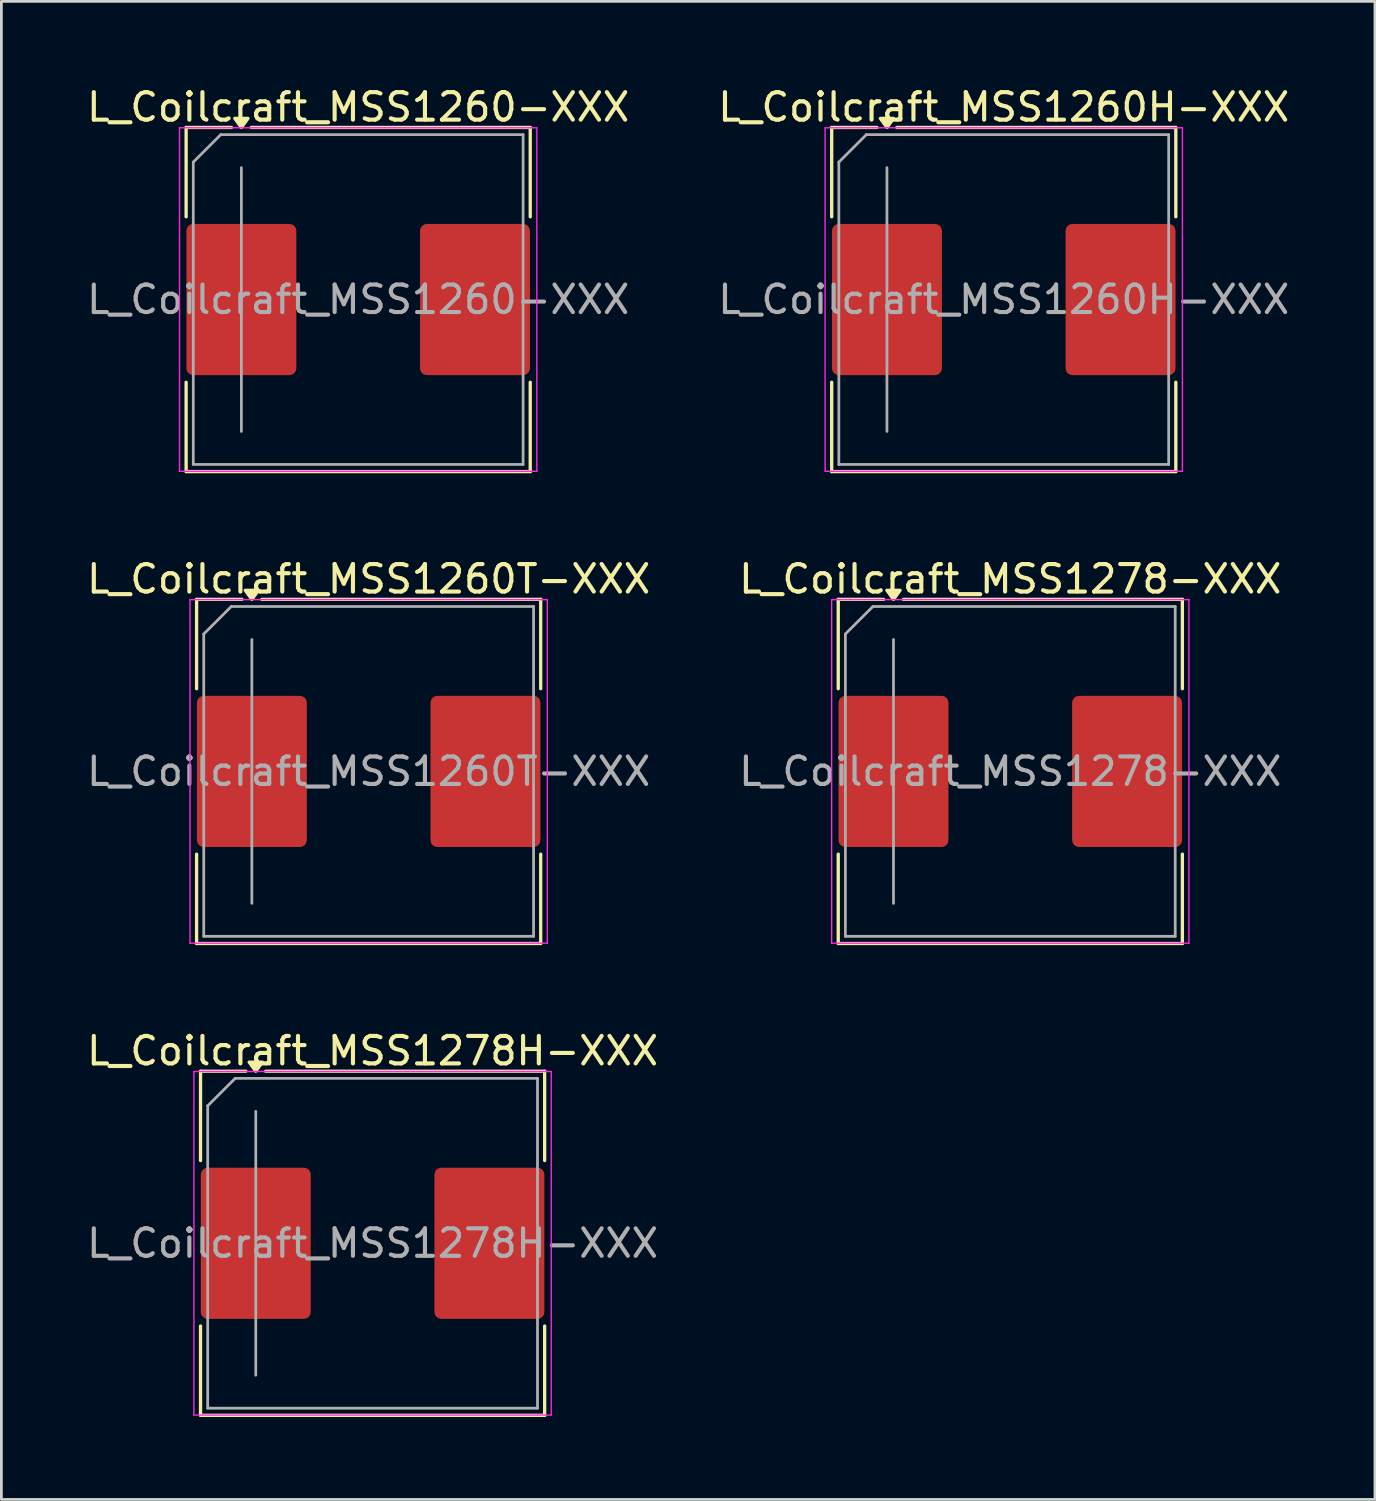
<source format=kicad_pcb>
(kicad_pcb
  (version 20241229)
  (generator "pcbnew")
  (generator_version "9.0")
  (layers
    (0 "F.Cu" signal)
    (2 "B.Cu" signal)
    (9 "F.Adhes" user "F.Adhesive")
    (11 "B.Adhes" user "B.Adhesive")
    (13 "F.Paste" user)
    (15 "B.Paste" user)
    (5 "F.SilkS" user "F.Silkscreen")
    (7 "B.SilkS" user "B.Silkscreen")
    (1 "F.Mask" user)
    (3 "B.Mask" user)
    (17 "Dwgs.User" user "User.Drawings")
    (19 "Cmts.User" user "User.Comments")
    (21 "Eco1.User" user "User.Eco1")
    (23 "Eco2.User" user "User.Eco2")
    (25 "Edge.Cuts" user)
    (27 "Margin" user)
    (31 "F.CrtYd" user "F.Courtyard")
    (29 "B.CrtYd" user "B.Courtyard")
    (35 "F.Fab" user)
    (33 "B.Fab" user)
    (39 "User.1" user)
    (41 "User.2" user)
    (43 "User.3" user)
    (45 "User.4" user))
  (footprint "L_Coilcraft_MSS1260H-XXX"
    (layer "F.Cu")
    (at 33.47 7.848)
    (property "Reference" "L_Coilcraft_MSS1260H-XXX" (at 0 -7 0) (layer "F.SilkS") (effects (font (size 1 1) (thickness 0.15))))
    (attr smd)
    (fp_line (start -6.26 -6.26) (end -6.26 -3.01) (stroke (width 0.12) (type solid)) (layer "F.SilkS"))
    (fp_line (start -6.26 -6.26) (end -4.61 -6.26) (stroke (width 0.12) (type solid)) (layer "F.SilkS"))
    (fp_line (start -6.26 6.26) (end -6.26 3.01) (stroke (width 0.12) (type solid)) (layer "F.SilkS"))
    (fp_line (start -6.26 6.26) (end 6.26 6.26) (stroke (width 0.12) (type solid)) (layer "F.SilkS"))
    (fp_line (start -3.89 -6.26) (end 6.26 -6.26) (stroke (width 0.12) (type solid)) (layer "F.SilkS"))
    (fp_line (start 6.26 -6.26) (end 6.26 -3.01) (stroke (width 0.12) (type solid)) (layer "F.SilkS"))
    (fp_line (start 6.26 6.26) (end 6.26 3.01) (stroke (width 0.12) (type solid)) (layer "F.SilkS"))
    (fp_poly (pts (xy -4.25 -6.26) (xy -4.49 -6.59) (xy -4.01 -6.59)) (stroke (width 0.12) (type solid)) (fill yes) (layer "F.SilkS"))
    (fp_line (start -6.5 -6.25) (end -6.5 6.25) (stroke (width 0.05) (type solid)) (layer "F.CrtYd"))
    (fp_line (start -6.5 6.25) (end 6.5 6.25) (stroke (width 0.05) (type solid)) (layer "F.CrtYd"))
    (fp_line (start 6.5 -6.25) (end -6.5 -6.25) (stroke (width 0.05) (type solid)) (layer "F.CrtYd"))
    (fp_line (start 6.5 6.25) (end 6.5 -6.25) (stroke (width 0.05) (type solid)) (layer "F.CrtYd"))
    (fp_line (start -6 -5) (end -5 -6) (stroke (width 0.1) (type solid)) (layer "F.Fab"))
    (fp_line (start -6 6) (end -6 -5) (stroke (width 0.1) (type solid)) (layer "F.Fab"))
    (fp_line (start -5 -6) (end 6 -6) (stroke (width 0.1) (type solid)) (layer "F.Fab"))
    (fp_line (start -4.25 4.8) (end -4.25 -4.8) (stroke (width 0.1) (type solid)) (layer "F.Fab"))
    (fp_line (start 6 -6) (end 6 6) (stroke (width 0.1) (type solid)) (layer "F.Fab"))
    (fp_line (start 6 6) (end -6 6) (stroke (width 0.1) (type solid)) (layer "F.Fab"))
    (fp_text user "${REFERENCE}" (at 0 0 0) (layer "F.Fab") (effects (font (size 1 1) (thickness 0.15))))
    (pad "1" smd roundrect (at -4.25 0) (size 4 5.5) (layers "F.Cu" "F.Mask" "F.Paste") (roundrect_rratio 0.062))
    (pad "2" smd roundrect (at 4.25 0) (size 4 5.5) (layers "F.Cu" "F.Mask" "F.Paste") (roundrect_rratio 0.062)))
  (footprint "L_Coilcraft_MSS1260-XXX"
    (layer "F.Cu")
    (at 9.982 7.848)
    (property "Reference" "L_Coilcraft_MSS1260-XXX" (at 0 -7 0) (layer "F.SilkS") (effects (font (size 1 1) (thickness 0.15))))
    (attr smd)
    (fp_line (start -6.26 -6.26) (end -6.26 -3.01) (stroke (width 0.12) (type solid)) (layer "F.SilkS"))
    (fp_line (start -6.26 -6.26) (end -4.61 -6.26) (stroke (width 0.12) (type solid)) (layer "F.SilkS"))
    (fp_line (start -6.26 6.26) (end -6.26 3.01) (stroke (width 0.12) (type solid)) (layer "F.SilkS"))
    (fp_line (start -6.26 6.26) (end 6.26 6.26) (stroke (width 0.12) (type solid)) (layer "F.SilkS"))
    (fp_line (start -3.89 -6.26) (end 6.26 -6.26) (stroke (width 0.12) (type solid)) (layer "F.SilkS"))
    (fp_line (start 6.26 -6.26) (end 6.26 -3.01) (stroke (width 0.12) (type solid)) (layer "F.SilkS"))
    (fp_line (start 6.26 6.26) (end 6.26 3.01) (stroke (width 0.12) (type solid)) (layer "F.SilkS"))
    (fp_poly (pts (xy -4.25 -6.26) (xy -4.49 -6.59) (xy -4.01 -6.59)) (stroke (width 0.12) (type solid)) (fill yes) (layer "F.SilkS"))
    (fp_line (start -6.5 -6.25) (end -6.5 6.25) (stroke (width 0.05) (type solid)) (layer "F.CrtYd"))
    (fp_line (start -6.5 6.25) (end 6.5 6.25) (stroke (width 0.05) (type solid)) (layer "F.CrtYd"))
    (fp_line (start 6.5 -6.25) (end -6.5 -6.25) (stroke (width 0.05) (type solid)) (layer "F.CrtYd"))
    (fp_line (start 6.5 6.25) (end 6.5 -6.25) (stroke (width 0.05) (type solid)) (layer "F.CrtYd"))
    (fp_line (start -6 -5) (end -5 -6) (stroke (width 0.1) (type solid)) (layer "F.Fab"))
    (fp_line (start -6 6) (end -6 -5) (stroke (width 0.1) (type solid)) (layer "F.Fab"))
    (fp_line (start -5 -6) (end 6 -6) (stroke (width 0.1) (type solid)) (layer "F.Fab"))
    (fp_line (start -4.25 4.8) (end -4.25 -4.8) (stroke (width 0.1) (type solid)) (layer "F.Fab"))
    (fp_line (start 6 -6) (end 6 6) (stroke (width 0.1) (type solid)) (layer "F.Fab"))
    (fp_line (start 6 6) (end -6 6) (stroke (width 0.1) (type solid)) (layer "F.Fab"))
    (fp_text user "${REFERENCE}" (at 0 0 0) (layer "F.Fab") (effects (font (size 1 1) (thickness 0.15))))
    (pad "1" smd roundrect (at -4.25 0) (size 4 5.5) (layers "F.Cu" "F.Mask" "F.Paste") (roundrect_rratio 0.062))
    (pad "2" smd roundrect (at 4.25 0) (size 4 5.5) (layers "F.Cu" "F.Mask" "F.Paste") (roundrect_rratio 0.062)))
  (footprint "L_Coilcraft_MSS1278H-XXX"
    (layer "F.Cu")
    (at 10.506 42.185)
    (property "Reference" "L_Coilcraft_MSS1278H-XXX" (at 0 -7 0) (layer "F.SilkS") (effects (font (size 1 1) (thickness 0.15))))
    (attr smd)
    (fp_line (start -6.26 -6.26) (end -6.26 -3.01) (stroke (width 0.12) (type solid)) (layer "F.SilkS"))
    (fp_line (start -6.26 -6.26) (end -4.61 -6.26) (stroke (width 0.12) (type solid)) (layer "F.SilkS"))
    (fp_line (start -6.26 6.26) (end -6.26 3.01) (stroke (width 0.12) (type solid)) (layer "F.SilkS"))
    (fp_line (start -6.26 6.26) (end 6.26 6.26) (stroke (width 0.12) (type solid)) (layer "F.SilkS"))
    (fp_line (start -3.89 -6.26) (end 6.26 -6.26) (stroke (width 0.12) (type solid)) (layer "F.SilkS"))
    (fp_line (start 6.26 -6.26) (end 6.26 -3.01) (stroke (width 0.12) (type solid)) (layer "F.SilkS"))
    (fp_line (start 6.26 6.26) (end 6.26 3.01) (stroke (width 0.12) (type solid)) (layer "F.SilkS"))
    (fp_poly (pts (xy -4.25 -6.26) (xy -4.49 -6.59) (xy -4.01 -6.59)) (stroke (width 0.12) (type solid)) (fill yes) (layer "F.SilkS"))
    (fp_line (start -6.5 -6.25) (end -6.5 6.25) (stroke (width 0.05) (type solid)) (layer "F.CrtYd"))
    (fp_line (start -6.5 6.25) (end 6.5 6.25) (stroke (width 0.05) (type solid)) (layer "F.CrtYd"))
    (fp_line (start 6.5 -6.25) (end -6.5 -6.25) (stroke (width 0.05) (type solid)) (layer "F.CrtYd"))
    (fp_line (start 6.5 6.25) (end 6.5 -6.25) (stroke (width 0.05) (type solid)) (layer "F.CrtYd"))
    (fp_line (start -6 -5) (end -5 -6) (stroke (width 0.1) (type solid)) (layer "F.Fab"))
    (fp_line (start -6 6) (end -6 -5) (stroke (width 0.1) (type solid)) (layer "F.Fab"))
    (fp_line (start -5 -6) (end 6 -6) (stroke (width 0.1) (type solid)) (layer "F.Fab"))
    (fp_line (start -4.25 4.8) (end -4.25 -4.8) (stroke (width 0.1) (type solid)) (layer "F.Fab"))
    (fp_line (start 6 -6) (end 6 6) (stroke (width 0.1) (type solid)) (layer "F.Fab"))
    (fp_line (start 6 6) (end -6 6) (stroke (width 0.1) (type solid)) (layer "F.Fab"))
    (fp_text user "${REFERENCE}" (at 0 0 0) (layer "F.Fab") (effects (font (size 1 1) (thickness 0.15))))
    (pad "1" smd roundrect (at -4.25 0) (size 4 5.5) (layers "F.Cu" "F.Mask" "F.Paste") (roundrect_rratio 0.062))
    (pad "2" smd roundrect (at 4.25 0) (size 4 5.5) (layers "F.Cu" "F.Mask" "F.Paste") (roundrect_rratio 0.062)))
  (footprint "L_Coilcraft_MSS1278-XXX"
    (layer "F.Cu")
    (at 33.708 25.017)
    (property "Reference" "L_Coilcraft_MSS1278-XXX" (at 0 -7 0) (layer "F.SilkS") (effects (font (size 1 1) (thickness 0.15))))
    (attr smd)
    (fp_line (start -6.26 -6.26) (end -6.26 -3.01) (stroke (width 0.12) (type solid)) (layer "F.SilkS"))
    (fp_line (start -6.26 -6.26) (end -4.61 -6.26) (stroke (width 0.12) (type solid)) (layer "F.SilkS"))
    (fp_line (start -6.26 6.26) (end -6.26 3.01) (stroke (width 0.12) (type solid)) (layer "F.SilkS"))
    (fp_line (start -6.26 6.26) (end 6.26 6.26) (stroke (width 0.12) (type solid)) (layer "F.SilkS"))
    (fp_line (start -3.89 -6.26) (end 6.26 -6.26) (stroke (width 0.12) (type solid)) (layer "F.SilkS"))
    (fp_line (start 6.26 -6.26) (end 6.26 -3.01) (stroke (width 0.12) (type solid)) (layer "F.SilkS"))
    (fp_line (start 6.26 6.26) (end 6.26 3.01) (stroke (width 0.12) (type solid)) (layer "F.SilkS"))
    (fp_poly (pts (xy -4.25 -6.26) (xy -4.49 -6.59) (xy -4.01 -6.59)) (stroke (width 0.12) (type solid)) (fill yes) (layer "F.SilkS"))
    (fp_line (start -6.5 -6.25) (end -6.5 6.25) (stroke (width 0.05) (type solid)) (layer "F.CrtYd"))
    (fp_line (start -6.5 6.25) (end 6.5 6.25) (stroke (width 0.05) (type solid)) (layer "F.CrtYd"))
    (fp_line (start 6.5 -6.25) (end -6.5 -6.25) (stroke (width 0.05) (type solid)) (layer "F.CrtYd"))
    (fp_line (start 6.5 6.25) (end 6.5 -6.25) (stroke (width 0.05) (type solid)) (layer "F.CrtYd"))
    (fp_line (start -6 -5) (end -5 -6) (stroke (width 0.1) (type solid)) (layer "F.Fab"))
    (fp_line (start -6 6) (end -6 -5) (stroke (width 0.1) (type solid)) (layer "F.Fab"))
    (fp_line (start -5 -6) (end 6 -6) (stroke (width 0.1) (type solid)) (layer "F.Fab"))
    (fp_line (start -4.25 4.8) (end -4.25 -4.8) (stroke (width 0.1) (type solid)) (layer "F.Fab"))
    (fp_line (start 6 -6) (end 6 6) (stroke (width 0.1) (type solid)) (layer "F.Fab"))
    (fp_line (start 6 6) (end -6 6) (stroke (width 0.1) (type solid)) (layer "F.Fab"))
    (fp_text user "${REFERENCE}" (at 0 0 0) (layer "F.Fab") (effects (font (size 1 1) (thickness 0.15))))
    (pad "1" smd roundrect (at -4.25 0) (size 4 5.5) (layers "F.Cu" "F.Mask" "F.Paste") (roundrect_rratio 0.062))
    (pad "2" smd roundrect (at 4.25 0) (size 4 5.5) (layers "F.Cu" "F.Mask" "F.Paste") (roundrect_rratio 0.062)))
  (footprint "L_Coilcraft_MSS1260T-XXX"
    (layer "F.Cu")
    (at 10.363 25.017)
    (property "Reference" "L_Coilcraft_MSS1260T-XXX" (at 0 -7 0) (layer "F.SilkS") (effects (font (size 1 1) (thickness 0.15))))
    (attr smd)
    (fp_line (start -6.26 -6.26) (end -6.26 -3.01) (stroke (width 0.12) (type solid)) (layer "F.SilkS"))
    (fp_line (start -6.26 -6.26) (end -4.61 -6.26) (stroke (width 0.12) (type solid)) (layer "F.SilkS"))
    (fp_line (start -6.26 6.26) (end -6.26 3.01) (stroke (width 0.12) (type solid)) (layer "F.SilkS"))
    (fp_line (start -6.26 6.26) (end 6.26 6.26) (stroke (width 0.12) (type solid)) (layer "F.SilkS"))
    (fp_line (start -3.89 -6.26) (end 6.26 -6.26) (stroke (width 0.12) (type solid)) (layer "F.SilkS"))
    (fp_line (start 6.26 -6.26) (end 6.26 -3.01) (stroke (width 0.12) (type solid)) (layer "F.SilkS"))
    (fp_line (start 6.26 6.26) (end 6.26 3.01) (stroke (width 0.12) (type solid)) (layer "F.SilkS"))
    (fp_poly (pts (xy -4.25 -6.26) (xy -4.49 -6.59) (xy -4.01 -6.59)) (stroke (width 0.12) (type solid)) (fill yes) (layer "F.SilkS"))
    (fp_line (start -6.5 -6.25) (end -6.5 6.25) (stroke (width 0.05) (type solid)) (layer "F.CrtYd"))
    (fp_line (start -6.5 6.25) (end 6.5 6.25) (stroke (width 0.05) (type solid)) (layer "F.CrtYd"))
    (fp_line (start 6.5 -6.25) (end -6.5 -6.25) (stroke (width 0.05) (type solid)) (layer "F.CrtYd"))
    (fp_line (start 6.5 6.25) (end 6.5 -6.25) (stroke (width 0.05) (type solid)) (layer "F.CrtYd"))
    (fp_line (start -6 -5) (end -5 -6) (stroke (width 0.1) (type solid)) (layer "F.Fab"))
    (fp_line (start -6 6) (end -6 -5) (stroke (width 0.1) (type solid)) (layer "F.Fab"))
    (fp_line (start -5 -6) (end 6 -6) (stroke (width 0.1) (type solid)) (layer "F.Fab"))
    (fp_line (start -4.25 4.8) (end -4.25 -4.8) (stroke (width 0.1) (type solid)) (layer "F.Fab"))
    (fp_line (start 6 -6) (end 6 6) (stroke (width 0.1) (type solid)) (layer "F.Fab"))
    (fp_line (start 6 6) (end -6 6) (stroke (width 0.1) (type solid)) (layer "F.Fab"))
    (fp_text user "${REFERENCE}" (at 0 0 0) (layer "F.Fab") (effects (font (size 1 1) (thickness 0.15))))
    (pad "1" smd roundrect (at -4.25 0) (size 4 5.5) (layers "F.Cu" "F.Mask" "F.Paste") (roundrect_rratio 0.062))
    (pad "2" smd roundrect (at 4.25 0) (size 4 5.5) (layers "F.Cu" "F.Mask" "F.Paste") (roundrect_rratio 0.062)))
  (gr_rect
    (start -3 -3)
    (end 46.976 51.505)
    (stroke (width 0.1) (type default))
    (fill no)
    (layer "Edge.Cuts")))
</source>
